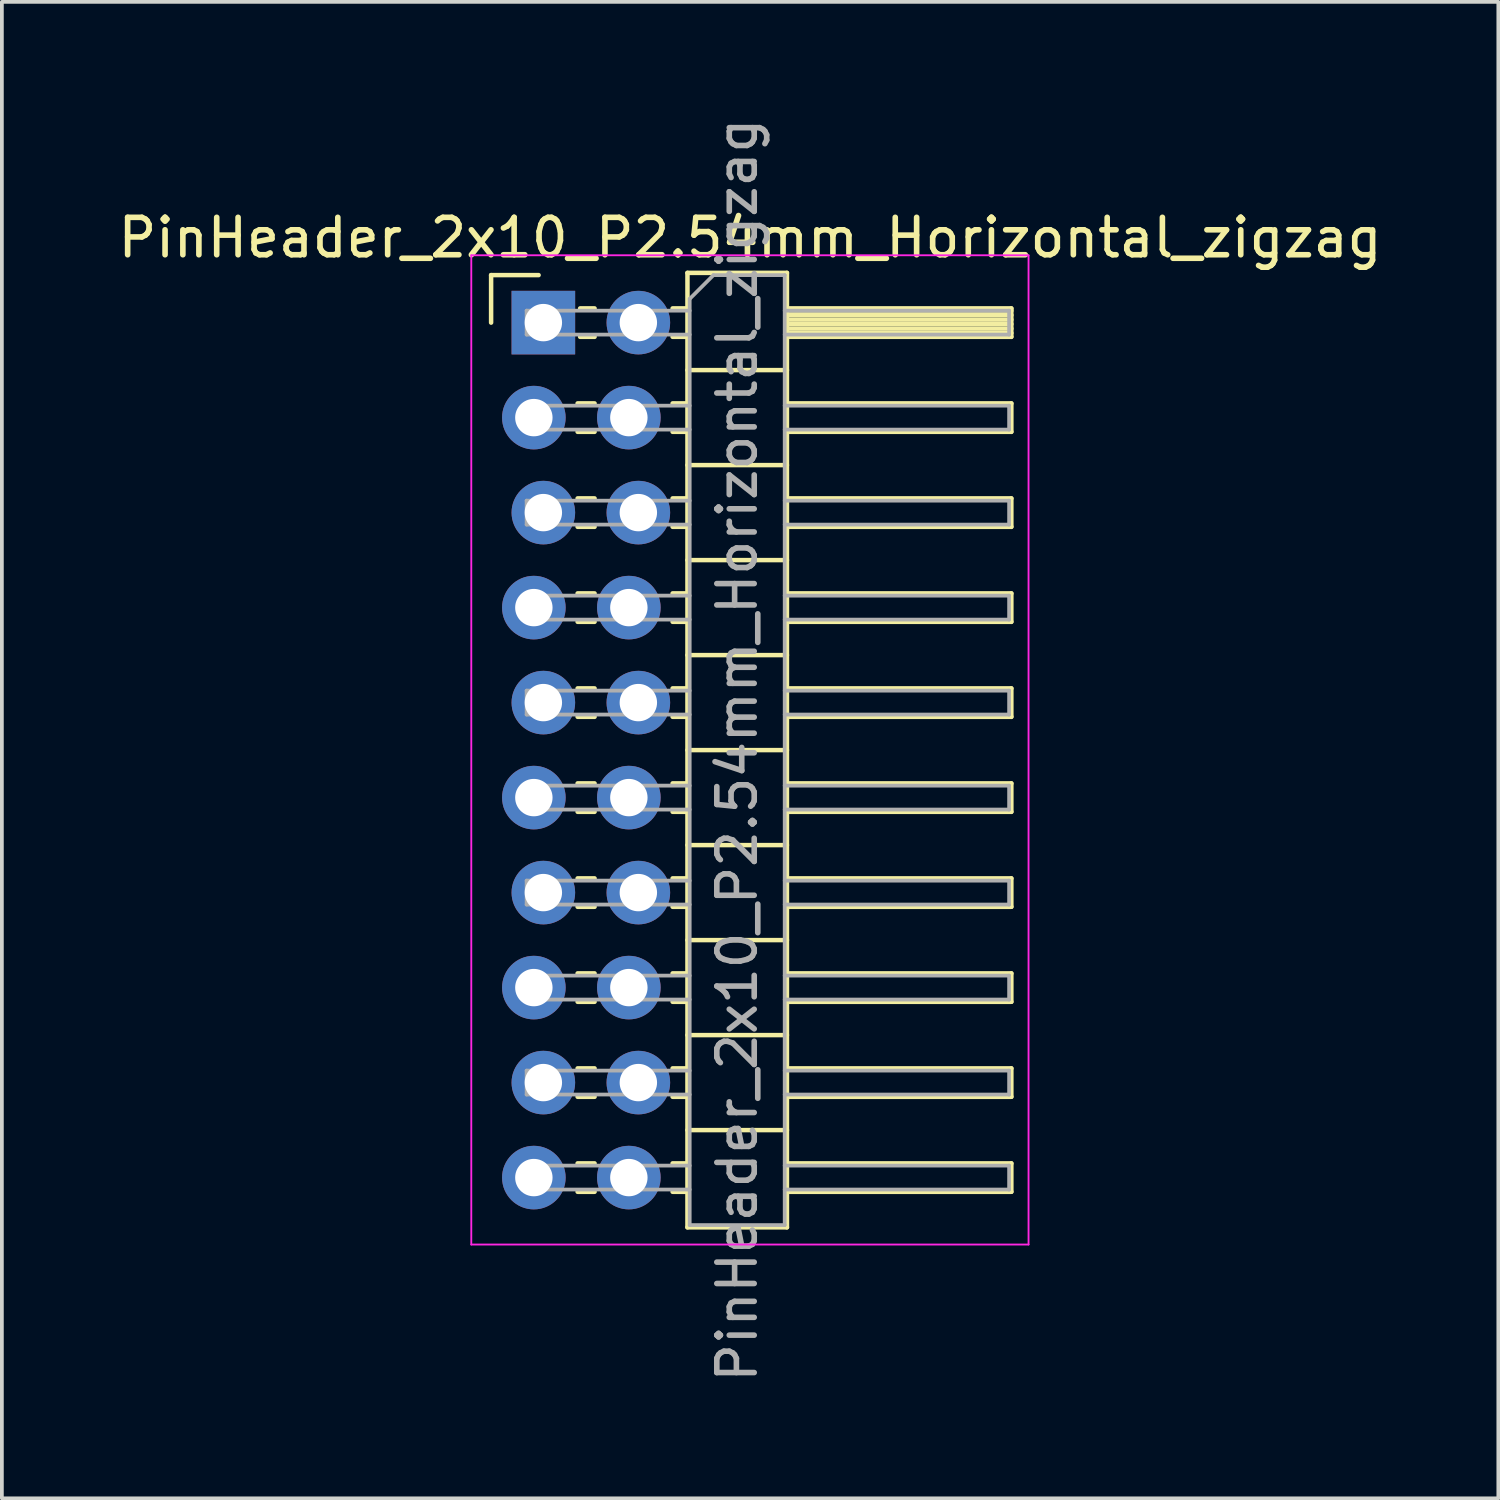
<source format=kicad_pcb>
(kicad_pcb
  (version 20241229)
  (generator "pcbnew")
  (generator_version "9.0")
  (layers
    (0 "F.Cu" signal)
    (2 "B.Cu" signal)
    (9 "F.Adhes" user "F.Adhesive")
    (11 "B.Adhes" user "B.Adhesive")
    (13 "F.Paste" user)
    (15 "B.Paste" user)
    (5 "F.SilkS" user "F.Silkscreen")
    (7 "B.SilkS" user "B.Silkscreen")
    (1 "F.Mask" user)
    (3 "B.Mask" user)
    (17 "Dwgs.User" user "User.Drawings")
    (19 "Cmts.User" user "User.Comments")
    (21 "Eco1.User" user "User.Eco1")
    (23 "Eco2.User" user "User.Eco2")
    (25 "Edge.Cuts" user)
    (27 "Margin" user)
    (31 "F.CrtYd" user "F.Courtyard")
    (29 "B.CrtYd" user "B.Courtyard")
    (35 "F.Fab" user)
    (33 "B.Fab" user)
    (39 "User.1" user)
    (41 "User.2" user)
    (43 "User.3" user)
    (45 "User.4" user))
  (footprint "PinHeader_2x10_P2.54mm_Horizontal_zigzag"
    (layer "F.Cu")
    (at 11.351 5.576)
    (property "Reference" "PinHeader_2x10_P2.54mm_Horizontal_zigzag" (at 5.655 -2.27 0) (layer "F.SilkS") (effects (font (size 1 1) (thickness 0.15))))
    (attr through_hole)
    (fp_line (start -1.27 -1.27) (end 0 -1.27) (stroke (width 0.12) (type solid)) (layer "F.SilkS"))
    (fp_line (start -1.27 0) (end -1.27 -1.27) (stroke (width 0.12) (type solid)) (layer "F.SilkS"))
    (fp_line (start 1.043 2.16) (end 1.497 2.16) (stroke (width 0.12) (type solid)) (layer "F.SilkS"))
    (fp_line (start 1.043 2.92) (end 1.497 2.92) (stroke (width 0.12) (type solid)) (layer "F.SilkS"))
    (fp_line (start 1.043 4.7) (end 1.497 4.7) (stroke (width 0.12) (type solid)) (layer "F.SilkS"))
    (fp_line (start 1.043 5.46) (end 1.497 5.46) (stroke (width 0.12) (type solid)) (layer "F.SilkS"))
    (fp_line (start 1.043 7.24) (end 1.497 7.24) (stroke (width 0.12) (type solid)) (layer "F.SilkS"))
    (fp_line (start 1.043 8) (end 1.497 8) (stroke (width 0.12) (type solid)) (layer "F.SilkS"))
    (fp_line (start 1.043 9.78) (end 1.497 9.78) (stroke (width 0.12) (type solid)) (layer "F.SilkS"))
    (fp_line (start 1.043 10.54) (end 1.497 10.54) (stroke (width 0.12) (type solid)) (layer "F.SilkS"))
    (fp_line (start 1.043 12.32) (end 1.497 12.32) (stroke (width 0.12) (type solid)) (layer "F.SilkS"))
    (fp_line (start 1.043 13.08) (end 1.497 13.08) (stroke (width 0.12) (type solid)) (layer "F.SilkS"))
    (fp_line (start 1.043 14.86) (end 1.497 14.86) (stroke (width 0.12) (type solid)) (layer "F.SilkS"))
    (fp_line (start 1.043 15.62) (end 1.497 15.62) (stroke (width 0.12) (type solid)) (layer "F.SilkS"))
    (fp_line (start 1.043 17.4) (end 1.497 17.4) (stroke (width 0.12) (type solid)) (layer "F.SilkS"))
    (fp_line (start 1.043 18.16) (end 1.497 18.16) (stroke (width 0.12) (type solid)) (layer "F.SilkS"))
    (fp_line (start 1.043 19.94) (end 1.497 19.94) (stroke (width 0.12) (type solid)) (layer "F.SilkS"))
    (fp_line (start 1.043 20.7) (end 1.497 20.7) (stroke (width 0.12) (type solid)) (layer "F.SilkS"))
    (fp_line (start 1.043 22.48) (end 1.497 22.48) (stroke (width 0.12) (type solid)) (layer "F.SilkS"))
    (fp_line (start 1.043 23.24) (end 1.497 23.24) (stroke (width 0.12) (type solid)) (layer "F.SilkS"))
    (fp_line (start 1.11 -0.38) (end 1.497 -0.38) (stroke (width 0.12) (type solid)) (layer "F.SilkS"))
    (fp_line (start 1.11 0.38) (end 1.497 0.38) (stroke (width 0.12) (type solid)) (layer "F.SilkS"))
    (fp_line (start 3.583 -0.38) (end 3.98 -0.38) (stroke (width 0.12) (type solid)) (layer "F.SilkS"))
    (fp_line (start 3.583 0.38) (end 3.98 0.38) (stroke (width 0.12) (type solid)) (layer "F.SilkS"))
    (fp_line (start 3.583 2.16) (end 3.98 2.16) (stroke (width 0.12) (type solid)) (layer "F.SilkS"))
    (fp_line (start 3.583 2.92) (end 3.98 2.92) (stroke (width 0.12) (type solid)) (layer "F.SilkS"))
    (fp_line (start 3.583 4.7) (end 3.98 4.7) (stroke (width 0.12) (type solid)) (layer "F.SilkS"))
    (fp_line (start 3.583 5.46) (end 3.98 5.46) (stroke (width 0.12) (type solid)) (layer "F.SilkS"))
    (fp_line (start 3.583 7.24) (end 3.98 7.24) (stroke (width 0.12) (type solid)) (layer "F.SilkS"))
    (fp_line (start 3.583 8) (end 3.98 8) (stroke (width 0.12) (type solid)) (layer "F.SilkS"))
    (fp_line (start 3.583 9.78) (end 3.98 9.78) (stroke (width 0.12) (type solid)) (layer "F.SilkS"))
    (fp_line (start 3.583 10.54) (end 3.98 10.54) (stroke (width 0.12) (type solid)) (layer "F.SilkS"))
    (fp_line (start 3.583 12.32) (end 3.98 12.32) (stroke (width 0.12) (type solid)) (layer "F.SilkS"))
    (fp_line (start 3.583 13.08) (end 3.98 13.08) (stroke (width 0.12) (type solid)) (layer "F.SilkS"))
    (fp_line (start 3.583 14.86) (end 3.98 14.86) (stroke (width 0.12) (type solid)) (layer "F.SilkS"))
    (fp_line (start 3.583 15.62) (end 3.98 15.62) (stroke (width 0.12) (type solid)) (layer "F.SilkS"))
    (fp_line (start 3.583 17.4) (end 3.98 17.4) (stroke (width 0.12) (type solid)) (layer "F.SilkS"))
    (fp_line (start 3.583 18.16) (end 3.98 18.16) (stroke (width 0.12) (type solid)) (layer "F.SilkS"))
    (fp_line (start 3.583 19.94) (end 3.98 19.94) (stroke (width 0.12) (type solid)) (layer "F.SilkS"))
    (fp_line (start 3.583 20.7) (end 3.98 20.7) (stroke (width 0.12) (type solid)) (layer "F.SilkS"))
    (fp_line (start 3.583 22.48) (end 3.98 22.48) (stroke (width 0.12) (type solid)) (layer "F.SilkS"))
    (fp_line (start 3.583 23.24) (end 3.98 23.24) (stroke (width 0.12) (type solid)) (layer "F.SilkS"))
    (fp_line (start 3.98 -1.33) (end 3.98 24.19) (stroke (width 0.12) (type solid)) (layer "F.SilkS"))
    (fp_line (start 3.98 1.27) (end 6.64 1.27) (stroke (width 0.12) (type solid)) (layer "F.SilkS"))
    (fp_line (start 3.98 3.81) (end 6.64 3.81) (stroke (width 0.12) (type solid)) (layer "F.SilkS"))
    (fp_line (start 3.98 6.35) (end 6.64 6.35) (stroke (width 0.12) (type solid)) (layer "F.SilkS"))
    (fp_line (start 3.98 8.89) (end 6.64 8.89) (stroke (width 0.12) (type solid)) (layer "F.SilkS"))
    (fp_line (start 3.98 11.43) (end 6.64 11.43) (stroke (width 0.12) (type solid)) (layer "F.SilkS"))
    (fp_line (start 3.98 13.97) (end 6.64 13.97) (stroke (width 0.12) (type solid)) (layer "F.SilkS"))
    (fp_line (start 3.98 16.51) (end 6.64 16.51) (stroke (width 0.12) (type solid)) (layer "F.SilkS"))
    (fp_line (start 3.98 19.05) (end 6.64 19.05) (stroke (width 0.12) (type solid)) (layer "F.SilkS"))
    (fp_line (start 3.98 21.59) (end 6.64 21.59) (stroke (width 0.12) (type solid)) (layer "F.SilkS"))
    (fp_line (start 3.98 24.19) (end 6.64 24.19) (stroke (width 0.12) (type solid)) (layer "F.SilkS"))
    (fp_line (start 6.64 -1.33) (end 3.98 -1.33) (stroke (width 0.12) (type solid)) (layer "F.SilkS"))
    (fp_line (start 6.64 -0.38) (end 12.64 -0.38) (stroke (width 0.12) (type solid)) (layer "F.SilkS"))
    (fp_line (start 6.64 -0.32) (end 12.64 -0.32) (stroke (width 0.12) (type solid)) (layer "F.SilkS"))
    (fp_line (start 6.64 -0.2) (end 12.64 -0.2) (stroke (width 0.12) (type solid)) (layer "F.SilkS"))
    (fp_line (start 6.64 -0.08) (end 12.64 -0.08) (stroke (width 0.12) (type solid)) (layer "F.SilkS"))
    (fp_line (start 6.64 0.04) (end 12.64 0.04) (stroke (width 0.12) (type solid)) (layer "F.SilkS"))
    (fp_line (start 6.64 0.16) (end 12.64 0.16) (stroke (width 0.12) (type solid)) (layer "F.SilkS"))
    (fp_line (start 6.64 0.28) (end 12.64 0.28) (stroke (width 0.12) (type solid)) (layer "F.SilkS"))
    (fp_line (start 6.64 2.16) (end 12.64 2.16) (stroke (width 0.12) (type solid)) (layer "F.SilkS"))
    (fp_line (start 6.64 4.7) (end 12.64 4.7) (stroke (width 0.12) (type solid)) (layer "F.SilkS"))
    (fp_line (start 6.64 7.24) (end 12.64 7.24) (stroke (width 0.12) (type solid)) (layer "F.SilkS"))
    (fp_line (start 6.64 9.78) (end 12.64 9.78) (stroke (width 0.12) (type solid)) (layer "F.SilkS"))
    (fp_line (start 6.64 12.32) (end 12.64 12.32) (stroke (width 0.12) (type solid)) (layer "F.SilkS"))
    (fp_line (start 6.64 14.86) (end 12.64 14.86) (stroke (width 0.12) (type solid)) (layer "F.SilkS"))
    (fp_line (start 6.64 17.4) (end 12.64 17.4) (stroke (width 0.12) (type solid)) (layer "F.SilkS"))
    (fp_line (start 6.64 19.94) (end 12.64 19.94) (stroke (width 0.12) (type solid)) (layer "F.SilkS"))
    (fp_line (start 6.64 22.48) (end 12.64 22.48) (stroke (width 0.12) (type solid)) (layer "F.SilkS"))
    (fp_line (start 6.64 24.19) (end 6.64 -1.33) (stroke (width 0.12) (type solid)) (layer "F.SilkS"))
    (fp_line (start 12.64 -0.38) (end 12.64 0.38) (stroke (width 0.12) (type solid)) (layer "F.SilkS"))
    (fp_line (start 12.64 0.38) (end 6.64 0.38) (stroke (width 0.12) (type solid)) (layer "F.SilkS"))
    (fp_line (start 12.64 2.16) (end 12.64 2.92) (stroke (width 0.12) (type solid)) (layer "F.SilkS"))
    (fp_line (start 12.64 2.92) (end 6.64 2.92) (stroke (width 0.12) (type solid)) (layer "F.SilkS"))
    (fp_line (start 12.64 4.7) (end 12.64 5.46) (stroke (width 0.12) (type solid)) (layer "F.SilkS"))
    (fp_line (start 12.64 5.46) (end 6.64 5.46) (stroke (width 0.12) (type solid)) (layer "F.SilkS"))
    (fp_line (start 12.64 7.24) (end 12.64 8) (stroke (width 0.12) (type solid)) (layer "F.SilkS"))
    (fp_line (start 12.64 8) (end 6.64 8) (stroke (width 0.12) (type solid)) (layer "F.SilkS"))
    (fp_line (start 12.64 9.78) (end 12.64 10.54) (stroke (width 0.12) (type solid)) (layer "F.SilkS"))
    (fp_line (start 12.64 10.54) (end 6.64 10.54) (stroke (width 0.12) (type solid)) (layer "F.SilkS"))
    (fp_line (start 12.64 12.32) (end 12.64 13.08) (stroke (width 0.12) (type solid)) (layer "F.SilkS"))
    (fp_line (start 12.64 13.08) (end 6.64 13.08) (stroke (width 0.12) (type solid)) (layer "F.SilkS"))
    (fp_line (start 12.64 14.86) (end 12.64 15.62) (stroke (width 0.12) (type solid)) (layer "F.SilkS"))
    (fp_line (start 12.64 15.62) (end 6.64 15.62) (stroke (width 0.12) (type solid)) (layer "F.SilkS"))
    (fp_line (start 12.64 17.4) (end 12.64 18.16) (stroke (width 0.12) (type solid)) (layer "F.SilkS"))
    (fp_line (start 12.64 18.16) (end 6.64 18.16) (stroke (width 0.12) (type solid)) (layer "F.SilkS"))
    (fp_line (start 12.64 19.94) (end 12.64 20.7) (stroke (width 0.12) (type solid)) (layer "F.SilkS"))
    (fp_line (start 12.64 20.7) (end 6.64 20.7) (stroke (width 0.12) (type solid)) (layer "F.SilkS"))
    (fp_line (start 12.64 22.48) (end 12.64 23.24) (stroke (width 0.12) (type solid)) (layer "F.SilkS"))
    (fp_line (start 12.64 23.24) (end 6.64 23.24) (stroke (width 0.12) (type solid)) (layer "F.SilkS"))
    (fp_line (start -1.8 -1.8) (end -1.8 24.65) (stroke (width 0.05) (type solid)) (layer "F.CrtYd"))
    (fp_line (start -1.8 24.65) (end 13.1 24.65) (stroke (width 0.05) (type solid)) (layer "F.CrtYd"))
    (fp_line (start 13.1 -1.8) (end -1.8 -1.8) (stroke (width 0.05) (type solid)) (layer "F.CrtYd"))
    (fp_line (start 13.1 24.65) (end 13.1 -1.8) (stroke (width 0.05) (type solid)) (layer "F.CrtYd"))
    (fp_line (start -0.32 -0.32) (end -0.32 0.32) (stroke (width 0.1) (type solid)) (layer "F.Fab"))
    (fp_line (start -0.32 -0.32) (end 4.04 -0.32) (stroke (width 0.1) (type solid)) (layer "F.Fab"))
    (fp_line (start -0.32 0.32) (end 4.04 0.32) (stroke (width 0.1) (type solid)) (layer "F.Fab"))
    (fp_line (start -0.32 2.22) (end -0.32 2.86) (stroke (width 0.1) (type solid)) (layer "F.Fab"))
    (fp_line (start -0.32 2.22) (end 4.04 2.22) (stroke (width 0.1) (type solid)) (layer "F.Fab"))
    (fp_line (start -0.32 2.86) (end 4.04 2.86) (stroke (width 0.1) (type solid)) (layer "F.Fab"))
    (fp_line (start -0.32 4.76) (end -0.32 5.4) (stroke (width 0.1) (type solid)) (layer "F.Fab"))
    (fp_line (start -0.32 4.76) (end 4.04 4.76) (stroke (width 0.1) (type solid)) (layer "F.Fab"))
    (fp_line (start -0.32 5.4) (end 4.04 5.4) (stroke (width 0.1) (type solid)) (layer "F.Fab"))
    (fp_line (start -0.32 7.3) (end -0.32 7.94) (stroke (width 0.1) (type solid)) (layer "F.Fab"))
    (fp_line (start -0.32 7.3) (end 4.04 7.3) (stroke (width 0.1) (type solid)) (layer "F.Fab"))
    (fp_line (start -0.32 7.94) (end 4.04 7.94) (stroke (width 0.1) (type solid)) (layer "F.Fab"))
    (fp_line (start -0.32 9.84) (end -0.32 10.48) (stroke (width 0.1) (type solid)) (layer "F.Fab"))
    (fp_line (start -0.32 9.84) (end 4.04 9.84) (stroke (width 0.1) (type solid)) (layer "F.Fab"))
    (fp_line (start -0.32 10.48) (end 4.04 10.48) (stroke (width 0.1) (type solid)) (layer "F.Fab"))
    (fp_line (start -0.32 12.38) (end -0.32 13.02) (stroke (width 0.1) (type solid)) (layer "F.Fab"))
    (fp_line (start -0.32 12.38) (end 4.04 12.38) (stroke (width 0.1) (type solid)) (layer "F.Fab"))
    (fp_line (start -0.32 13.02) (end 4.04 13.02) (stroke (width 0.1) (type solid)) (layer "F.Fab"))
    (fp_line (start -0.32 14.92) (end -0.32 15.56) (stroke (width 0.1) (type solid)) (layer "F.Fab"))
    (fp_line (start -0.32 14.92) (end 4.04 14.92) (stroke (width 0.1) (type solid)) (layer "F.Fab"))
    (fp_line (start -0.32 15.56) (end 4.04 15.56) (stroke (width 0.1) (type solid)) (layer "F.Fab"))
    (fp_line (start -0.32 17.46) (end -0.32 18.1) (stroke (width 0.1) (type solid)) (layer "F.Fab"))
    (fp_line (start -0.32 17.46) (end 4.04 17.46) (stroke (width 0.1) (type solid)) (layer "F.Fab"))
    (fp_line (start -0.32 18.1) (end 4.04 18.1) (stroke (width 0.1) (type solid)) (layer "F.Fab"))
    (fp_line (start -0.32 20) (end -0.32 20.64) (stroke (width 0.1) (type solid)) (layer "F.Fab"))
    (fp_line (start -0.32 20) (end 4.04 20) (stroke (width 0.1) (type solid)) (layer "F.Fab"))
    (fp_line (start -0.32 20.64) (end 4.04 20.64) (stroke (width 0.1) (type solid)) (layer "F.Fab"))
    (fp_line (start -0.32 22.54) (end -0.32 23.18) (stroke (width 0.1) (type solid)) (layer "F.Fab"))
    (fp_line (start -0.32 22.54) (end 4.04 22.54) (stroke (width 0.1) (type solid)) (layer "F.Fab"))
    (fp_line (start -0.32 23.18) (end 4.04 23.18) (stroke (width 0.1) (type solid)) (layer "F.Fab"))
    (fp_line (start 4.04 -0.635) (end 4.675 -1.27) (stroke (width 0.1) (type solid)) (layer "F.Fab"))
    (fp_line (start 4.04 24.13) (end 4.04 -0.635) (stroke (width 0.1) (type solid)) (layer "F.Fab"))
    (fp_line (start 4.675 -1.27) (end 6.58 -1.27) (stroke (width 0.1) (type solid)) (layer "F.Fab"))
    (fp_line (start 6.58 -1.27) (end 6.58 24.13) (stroke (width 0.1) (type solid)) (layer "F.Fab"))
    (fp_line (start 6.58 -0.32) (end 12.58 -0.32) (stroke (width 0.1) (type solid)) (layer "F.Fab"))
    (fp_line (start 6.58 0.32) (end 12.58 0.32) (stroke (width 0.1) (type solid)) (layer "F.Fab"))
    (fp_line (start 6.58 2.22) (end 12.58 2.22) (stroke (width 0.1) (type solid)) (layer "F.Fab"))
    (fp_line (start 6.58 2.86) (end 12.58 2.86) (stroke (width 0.1) (type solid)) (layer "F.Fab"))
    (fp_line (start 6.58 4.76) (end 12.58 4.76) (stroke (width 0.1) (type solid)) (layer "F.Fab"))
    (fp_line (start 6.58 5.4) (end 12.58 5.4) (stroke (width 0.1) (type solid)) (layer "F.Fab"))
    (fp_line (start 6.58 7.3) (end 12.58 7.3) (stroke (width 0.1) (type solid)) (layer "F.Fab"))
    (fp_line (start 6.58 7.94) (end 12.58 7.94) (stroke (width 0.1) (type solid)) (layer "F.Fab"))
    (fp_line (start 6.58 9.84) (end 12.58 9.84) (stroke (width 0.1) (type solid)) (layer "F.Fab"))
    (fp_line (start 6.58 10.48) (end 12.58 10.48) (stroke (width 0.1) (type solid)) (layer "F.Fab"))
    (fp_line (start 6.58 12.38) (end 12.58 12.38) (stroke (width 0.1) (type solid)) (layer "F.Fab"))
    (fp_line (start 6.58 13.02) (end 12.58 13.02) (stroke (width 0.1) (type solid)) (layer "F.Fab"))
    (fp_line (start 6.58 14.92) (end 12.58 14.92) (stroke (width 0.1) (type solid)) (layer "F.Fab"))
    (fp_line (start 6.58 15.56) (end 12.58 15.56) (stroke (width 0.1) (type solid)) (layer "F.Fab"))
    (fp_line (start 6.58 17.46) (end 12.58 17.46) (stroke (width 0.1) (type solid)) (layer "F.Fab"))
    (fp_line (start 6.58 18.1) (end 12.58 18.1) (stroke (width 0.1) (type solid)) (layer "F.Fab"))
    (fp_line (start 6.58 20) (end 12.58 20) (stroke (width 0.1) (type solid)) (layer "F.Fab"))
    (fp_line (start 6.58 20.64) (end 12.58 20.64) (stroke (width 0.1) (type solid)) (layer "F.Fab"))
    (fp_line (start 6.58 22.54) (end 12.58 22.54) (stroke (width 0.1) (type solid)) (layer "F.Fab"))
    (fp_line (start 6.58 23.18) (end 12.58 23.18) (stroke (width 0.1) (type solid)) (layer "F.Fab"))
    (fp_line (start 6.58 24.13) (end 4.04 24.13) (stroke (width 0.1) (type solid)) (layer "F.Fab"))
    (fp_line (start 12.58 -0.32) (end 12.58 0.32) (stroke (width 0.1) (type solid)) (layer "F.Fab"))
    (fp_line (start 12.58 2.22) (end 12.58 2.86) (stroke (width 0.1) (type solid)) (layer "F.Fab"))
    (fp_line (start 12.58 4.76) (end 12.58 5.4) (stroke (width 0.1) (type solid)) (layer "F.Fab"))
    (fp_line (start 12.58 7.3) (end 12.58 7.94) (stroke (width 0.1) (type solid)) (layer "F.Fab"))
    (fp_line (start 12.58 9.84) (end 12.58 10.48) (stroke (width 0.1) (type solid)) (layer "F.Fab"))
    (fp_line (start 12.58 12.38) (end 12.58 13.02) (stroke (width 0.1) (type solid)) (layer "F.Fab"))
    (fp_line (start 12.58 14.92) (end 12.58 15.56) (stroke (width 0.1) (type solid)) (layer "F.Fab"))
    (fp_line (start 12.58 17.46) (end 12.58 18.1) (stroke (width 0.1) (type solid)) (layer "F.Fab"))
    (fp_line (start 12.58 20) (end 12.58 20.64) (stroke (width 0.1) (type solid)) (layer "F.Fab"))
    (fp_line (start 12.58 22.54) (end 12.58 23.18) (stroke (width 0.1) (type solid)) (layer "F.Fab"))
    (fp_text user "${REFERENCE}" (at 5.31 11.43 90) (layer "F.Fab") (effects (font (size 1 1) (thickness 0.15))))
    (pad "1" thru_hole rect (at 0.127 0) (size 1.7 1.7) (drill 1) (layers "*.Cu" "*.Mask"))
    (pad "2" thru_hole oval (at 2.667 0) (size 1.7 1.7) (drill 1) (layers "*.Cu" "*.Mask"))
    (pad "3" thru_hole oval (at -0.127 2.54) (size 1.7 1.7) (drill 1) (layers "*.Cu" "*.Mask"))
    (pad "4" thru_hole oval (at 2.413 2.54) (size 1.7 1.7) (drill 1) (layers "*.Cu" "*.Mask"))
    (pad "5" thru_hole oval (at 0.127 5.08) (size 1.7 1.7) (drill 1) (layers "*.Cu" "*.Mask"))
    (pad "6" thru_hole oval (at 2.667 5.08) (size 1.7 1.7) (drill 1) (layers "*.Cu" "*.Mask"))
    (pad "7" thru_hole oval (at -0.127 7.62) (size 1.7 1.7) (drill 1) (layers "*.Cu" "*.Mask"))
    (pad "8" thru_hole oval (at 2.413 7.62) (size 1.7 1.7) (drill 1) (layers "*.Cu" "*.Mask"))
    (pad "9" thru_hole oval (at 0.127 10.16) (size 1.7 1.7) (drill 1) (layers "*.Cu" "*.Mask"))
    (pad "10" thru_hole oval (at 2.667 10.16) (size 1.7 1.7) (drill 1) (layers "*.Cu" "*.Mask"))
    (pad "11" thru_hole oval (at -0.127 12.7) (size 1.7 1.7) (drill 1) (layers "*.Cu" "*.Mask"))
    (pad "12" thru_hole oval (at 2.413 12.7) (size 1.7 1.7) (drill 1) (layers "*.Cu" "*.Mask"))
    (pad "13" thru_hole oval (at 0.127 15.24) (size 1.7 1.7) (drill 1) (layers "*.Cu" "*.Mask"))
    (pad "14" thru_hole oval (at 2.667 15.24) (size 1.7 1.7) (drill 1) (layers "*.Cu" "*.Mask"))
    (pad "15" thru_hole oval (at -0.127 17.78) (size 1.7 1.7) (drill 1) (layers "*.Cu" "*.Mask"))
    (pad "16" thru_hole oval (at 2.413 17.78) (size 1.7 1.7) (drill 1) (layers "*.Cu" "*.Mask"))
    (pad "17" thru_hole oval (at 0.127 20.32) (size 1.7 1.7) (drill 1) (layers "*.Cu" "*.Mask"))
    (pad "18" thru_hole oval (at 2.667 20.32) (size 1.7 1.7) (drill 1) (layers "*.Cu" "*.Mask"))
    (pad "19" thru_hole oval (at -0.127 22.86) (size 1.7 1.7) (drill 1) (layers "*.Cu" "*.Mask"))
    (pad "20" thru_hole oval (at 2.413 22.86) (size 1.7 1.7) (drill 1) (layers "*.Cu" "*.Mask")))
  (gr_rect
    (start -3 -3)
    (end 37.012 37.012)
    (stroke (width 0.1) (type default))
    (fill no)
    (layer "Edge.Cuts")))
</source>
